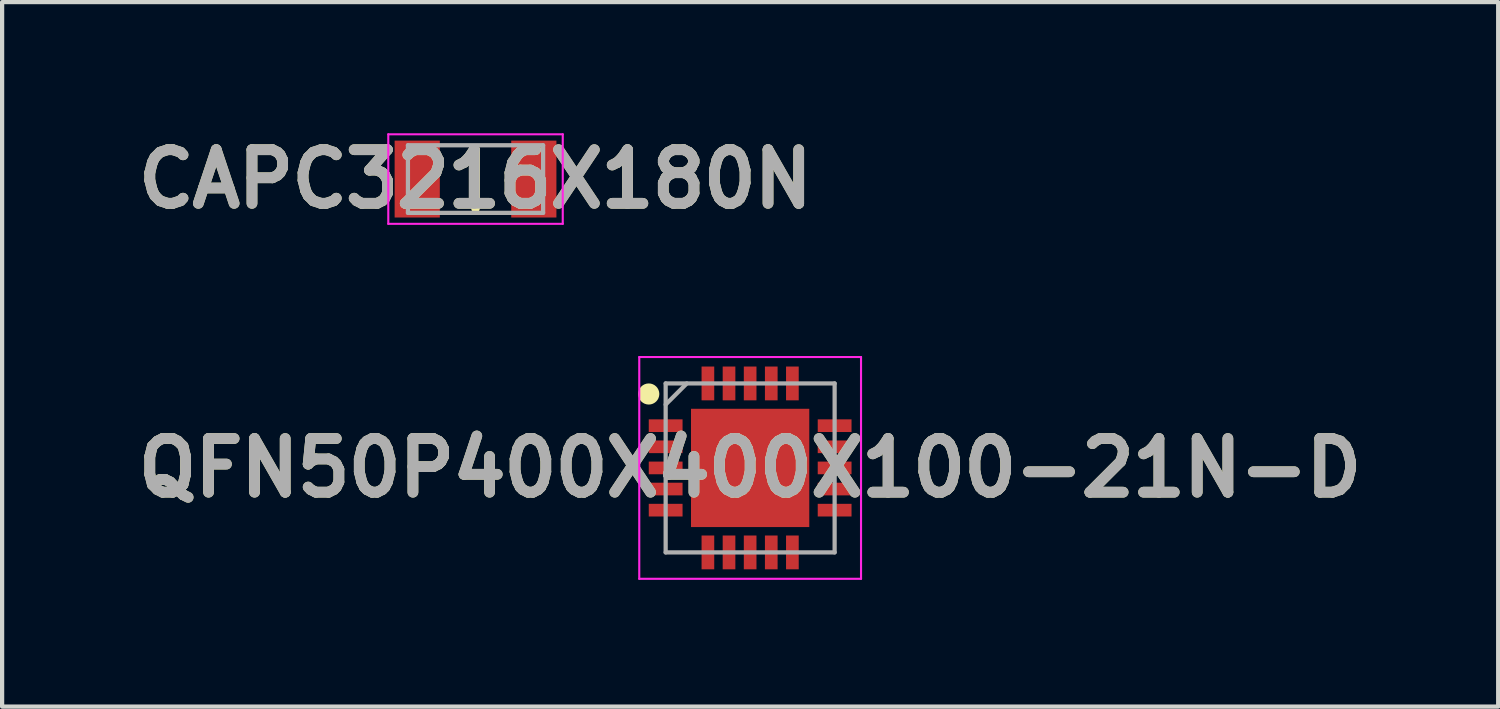
<source format=kicad_pcb>
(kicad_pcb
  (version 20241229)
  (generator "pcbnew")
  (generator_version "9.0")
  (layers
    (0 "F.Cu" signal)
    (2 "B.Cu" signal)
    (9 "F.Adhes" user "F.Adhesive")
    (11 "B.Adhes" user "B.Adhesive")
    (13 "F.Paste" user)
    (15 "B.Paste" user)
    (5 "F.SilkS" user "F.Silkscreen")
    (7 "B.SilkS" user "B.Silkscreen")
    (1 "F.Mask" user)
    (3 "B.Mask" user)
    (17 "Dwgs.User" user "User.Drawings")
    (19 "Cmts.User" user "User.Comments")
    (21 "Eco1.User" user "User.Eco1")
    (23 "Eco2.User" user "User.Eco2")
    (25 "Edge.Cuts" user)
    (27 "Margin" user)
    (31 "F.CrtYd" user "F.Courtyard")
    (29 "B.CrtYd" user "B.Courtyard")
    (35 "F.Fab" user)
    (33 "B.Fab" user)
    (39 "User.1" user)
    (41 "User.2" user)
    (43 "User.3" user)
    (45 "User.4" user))
  (footprint "QFN50P400X400X100-21N-D"
    (layer "F.Cu")
    (at 14.708 8.027)
    (property "Reference" "QFN50P400X400X100-21N-D" (at 0 0 0) (layer "F.SilkS") (effects (font (size 1.27 1.27) (thickness 0.254))))
    (attr smd)
    (fp_circle (center -2.4 -1.75) (end -2.4 -1.625) (stroke (width 0.25) (type solid)) (fill no) (layer "F.SilkS"))
    (fp_line (start -2.625 -2.625) (end 2.625 -2.625) (stroke (width 0.05) (type solid)) (layer "F.CrtYd"))
    (fp_line (start -2.625 2.625) (end -2.625 -2.625) (stroke (width 0.05) (type solid)) (layer "F.CrtYd"))
    (fp_line (start 2.625 -2.625) (end 2.625 2.625) (stroke (width 0.05) (type solid)) (layer "F.CrtYd"))
    (fp_line (start 2.625 2.625) (end -2.625 2.625) (stroke (width 0.05) (type solid)) (layer "F.CrtYd"))
    (fp_line (start -2 -2) (end 2 -2) (stroke (width 0.1) (type solid)) (layer "F.Fab"))
    (fp_line (start -2 -1.5) (end -1.5 -2) (stroke (width 0.1) (type solid)) (layer "F.Fab"))
    (fp_line (start -2 2) (end -2 -2) (stroke (width 0.1) (type solid)) (layer "F.Fab"))
    (fp_line (start 2 -2) (end 2 2) (stroke (width 0.1) (type solid)) (layer "F.Fab"))
    (fp_line (start 2 2) (end -2 2) (stroke (width 0.1) (type solid)) (layer "F.Fab"))
    (fp_text user "${REFERENCE}" (at 0 0 0) (layer "F.Fab") (effects (font (size 1.27 1.27) (thickness 0.254))))
    (pad "1" smd rect (at -2 -1 90) (size 0.3 0.8) (layers "F.Cu" "F.Mask" "F.Paste"))
    (pad "2" smd rect (at -2 -0.5 90) (size 0.3 0.8) (layers "F.Cu" "F.Mask" "F.Paste"))
    (pad "3" smd rect (at -2 0 90) (size 0.3 0.8) (layers "F.Cu" "F.Mask" "F.Paste"))
    (pad "4" smd rect (at -2 0.5 90) (size 0.3 0.8) (layers "F.Cu" "F.Mask" "F.Paste"))
    (pad "5" smd rect (at -2 1 90) (size 0.3 0.8) (layers "F.Cu" "F.Mask" "F.Paste"))
    (pad "6" smd rect (at -1 2) (size 0.3 0.8) (layers "F.Cu" "F.Mask" "F.Paste"))
    (pad "7" smd rect (at -0.5 2) (size 0.3 0.8) (layers "F.Cu" "F.Mask" "F.Paste"))
    (pad "8" smd rect (at 0 2) (size 0.3 0.8) (layers "F.Cu" "F.Mask" "F.Paste"))
    (pad "9" smd rect (at 0.5 2) (size 0.3 0.8) (layers "F.Cu" "F.Mask" "F.Paste"))
    (pad "10" smd rect (at 1 2) (size 0.3 0.8) (layers "F.Cu" "F.Mask" "F.Paste"))
    (pad "11" smd rect (at 2 1 90) (size 0.3 0.8) (layers "F.Cu" "F.Mask" "F.Paste"))
    (pad "12" smd rect (at 2 0.5 90) (size 0.3 0.8) (layers "F.Cu" "F.Mask" "F.Paste"))
    (pad "13" smd rect (at 2 0 90) (size 0.3 0.8) (layers "F.Cu" "F.Mask" "F.Paste"))
    (pad "14" smd rect (at 2 -0.5 90) (size 0.3 0.8) (layers "F.Cu" "F.Mask" "F.Paste"))
    (pad "15" smd rect (at 2 -1 90) (size 0.3 0.8) (layers "F.Cu" "F.Mask" "F.Paste"))
    (pad "16" smd rect (at 1 -2) (size 0.3 0.8) (layers "F.Cu" "F.Mask" "F.Paste"))
    (pad "17" smd rect (at 0.5 -2) (size 0.3 0.8) (layers "F.Cu" "F.Mask" "F.Paste"))
    (pad "18" smd rect (at 0 -2) (size 0.3 0.8) (layers "F.Cu" "F.Mask" "F.Paste"))
    (pad "19" smd rect (at -0.5 -2) (size 0.3 0.8) (layers "F.Cu" "F.Mask" "F.Paste"))
    (pad "20" smd rect (at -1 -2) (size 0.3 0.8) (layers "F.Cu" "F.Mask" "F.Paste"))
    (pad "21" smd rect (at 0 0) (size 2.8 2.8) (layers "F.Cu" "F.Mask" "F.Paste")))
  (footprint "CAPC3216X180N"
    (layer "F.Cu")
    (at 8.207 1.189)
    (property "Reference" "CAPC3216X180N" (at 0 0 0) (layer "F.SilkS") (effects (font (size 1.27 1.27) (thickness 0.254))))
    (attr smd)
    (fp_line (start 0 -0.7) (end 0 0.7) (stroke (width 0.2) (type solid)) (layer "F.SilkS"))
    (fp_line (start -2.065 -1.06) (end 2.065 -1.06) (stroke (width 0.05) (type solid)) (layer "F.CrtYd"))
    (fp_line (start -2.065 1.06) (end -2.065 -1.06) (stroke (width 0.05) (type solid)) (layer "F.CrtYd"))
    (fp_line (start 2.065 -1.06) (end 2.065 1.06) (stroke (width 0.05) (type solid)) (layer "F.CrtYd"))
    (fp_line (start 2.065 1.06) (end -2.065 1.06) (stroke (width 0.05) (type solid)) (layer "F.CrtYd"))
    (fp_line (start -1.6 -0.8) (end 1.6 -0.8) (stroke (width 0.1) (type solid)) (layer "F.Fab"))
    (fp_line (start -1.6 0.8) (end -1.6 -0.8) (stroke (width 0.1) (type solid)) (layer "F.Fab"))
    (fp_line (start 1.6 -0.8) (end 1.6 0.8) (stroke (width 0.1) (type solid)) (layer "F.Fab"))
    (fp_line (start 1.6 0.8) (end -1.6 0.8) (stroke (width 0.1) (type solid)) (layer "F.Fab"))
    (fp_text user "${REFERENCE}" (at 0 0 0) (layer "F.Fab") (effects (font (size 1.27 1.27) (thickness 0.254))))
    (pad "1" smd rect (at -1.38 0) (size 1.07 1.82) (layers "F.Cu" "F.Mask" "F.Paste"))
    (pad "2" smd rect (at 1.38 0) (size 1.07 1.82) (layers "F.Cu" "F.Mask" "F.Paste")))
  (gr_rect
    (start -3 -3)
    (end 32.416 13.677)
    (stroke (width 0.1) (type default))
    (fill no)
    (layer "Edge.Cuts")))
</source>
